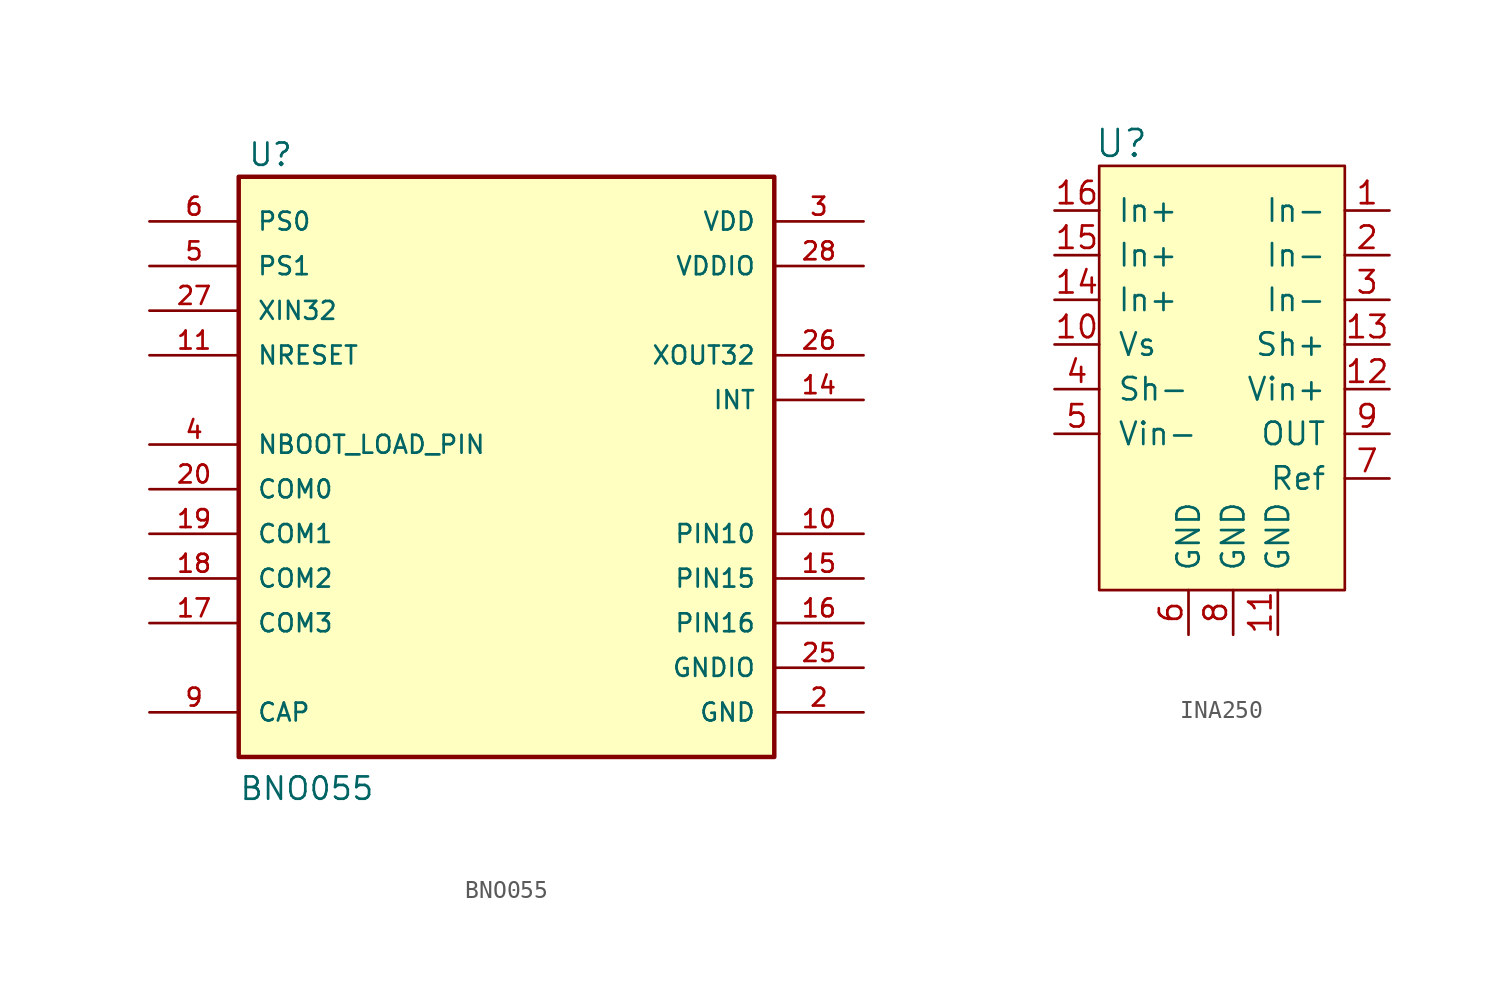
<source format=kicad_sym>
(kicad_symbol_lib
  (version 20231120)
  (generator "kicad_symbol_editor")
  (generator_version "8.0")
  (symbol "BNO055"
    (pin_names
      (offset 1.016))
    (property "Reference" "U"
      (at -14.74 15.756 0)
      (effects (font (size 1.27 1.27)) (justify left bottom)))
    (property "Value" "BNO055"
      (at -15.24 -20.32 0)
      (effects (font (size 1.27 1.27)) (justify left bottom)))
    (symbol "BNO055_0_0"
      (rectangle (start -15.24 -17.78) (end 15.24 15.24) (stroke (width 0.254) (type default)) (fill (type background)))
      (pin power_in line (at 20.32 -5.08 180) (length 5.08) (name "PIN10" (effects (font (size 1.016 1.016)))) (number "10" (effects (font (size 1.016 1.016)))))
      (pin input line (at -20.32 5.08 0) (length 5.08) (name "NRESET" (effects (font (size 1.016 1.016)))) (number "11" (effects (font (size 1.016 1.016)))))
      (pin output line (at 20.32 2.54 180) (length 5.08) (name "INT" (effects (font (size 1.016 1.016)))) (number "14" (effects (font (size 1.016 1.016)))))
      (pin power_in line (at 20.32 -7.62 180) (length 5.08) (name "PIN15" (effects (font (size 1.016 1.016)))) (number "15" (effects (font (size 1.016 1.016)))))
      (pin power_in line (at 20.32 -10.16 180) (length 5.08) (name "PIN16" (effects (font (size 1.016 1.016)))) (number "16" (effects (font (size 1.016 1.016)))))
      (pin bidirectional line (at -20.32 -10.16 0) (length 5.08) (name "COM3" (effects (font (size 1.016 1.016)))) (number "17" (effects (font (size 1.016 1.016)))))
      (pin bidirectional line (at -20.32 -7.62 0) (length 5.08) (name "COM2" (effects (font (size 1.016 1.016)))) (number "18" (effects (font (size 1.016 1.016)))))
      (pin bidirectional line (at -20.32 -5.08 0) (length 5.08) (name "COM1" (effects (font (size 1.016 1.016)))) (number "19" (effects (font (size 1.016 1.016)))))
      (pin power_in line (at 20.32 -15.24 180) (length 5.08) (name "GND" (effects (font (size 1.016 1.016)))) (number "2" (effects (font (size 1.016 1.016)))))
      (pin bidirectional line (at -20.32 -2.54 0) (length 5.08) (name "COM0" (effects (font (size 1.016 1.016)))) (number "20" (effects (font (size 1.016 1.016)))))
      (pin power_in line (at 20.32 -12.7 180) (length 5.08) (name "GNDIO" (effects (font (size 1.016 1.016)))) (number "25" (effects (font (size 1.016 1.016)))))
      (pin output line (at 20.32 5.08 180) (length 5.08) (name "XOUT32" (effects (font (size 1.016 1.016)))) (number "26" (effects (font (size 1.016 1.016)))))
      (pin input line (at -20.32 7.62 0) (length 5.08) (name "XIN32" (effects (font (size 1.016 1.016)))) (number "27" (effects (font (size 1.016 1.016)))))
      (pin power_in line (at 20.32 10.16 180) (length 5.08) (name "VDDIO" (effects (font (size 1.016 1.016)))) (number "28" (effects (font (size 1.016 1.016)))))
      (pin power_in line (at 20.32 12.7 180) (length 5.08) (name "VDD" (effects (font (size 1.016 1.016)))) (number "3" (effects (font (size 1.016 1.016)))))
      (pin bidirectional line (at -20.32 0 0) (length 5.08) (name "NBOOT_LOAD_PIN" (effects (font (size 1.016 1.016)))) (number "4" (effects (font (size 1.016 1.016)))))
      (pin input line (at -20.32 10.16 0) (length 5.08) (name "PS1" (effects (font (size 1.016 1.016)))) (number "5" (effects (font (size 1.016 1.016)))))
      (pin input line (at -20.32 12.7 0) (length 5.08) (name "PS0" (effects (font (size 1.016 1.016)))) (number "6" (effects (font (size 1.016 1.016)))))
      (pin passive line (at -20.32 -15.24 0) (length 5.08) (name "CAP" (effects (font (size 1.016 1.016)))) (number "9" (effects (font (size 1.016 1.016)))))))
  (symbol "INA250"
    (pin_names
      (offset 1.016))
    (property "Reference" "U"
      (at -6.35 25.4 0)
      (effects (font (size 1.524 1.524))))
    (symbol "INA250_0_1"
      (rectangle (start -7.62 24.13) (end 6.35 0) (stroke (width 0) (type default)) (fill (type background))))
    (symbol "INA250_1_1"
      (pin input line (at 8.89 21.59 180) (length 2.54) (name "In-" (effects (font (size 1.27 1.27)))) (number "1" (effects (font (size 1.27 1.27)))))
      (pin input line (at -10.16 13.97 0) (length 2.54) (name "Vs" (effects (font (size 1.27 1.27)))) (number "10" (effects (font (size 1.27 1.27)))))
      (pin output line (at 2.54 -2.54 90) (length 2.54) (name "GND" (effects (font (size 1.27 1.27)))) (number "11" (effects (font (size 1.27 1.27)))))
      (pin input line (at 8.89 11.43 180) (length 2.54) (name "Vin+" (effects (font (size 1.27 1.27)))) (number "12" (effects (font (size 1.27 1.27)))))
      (pin input line (at 8.89 13.97 180) (length 2.54) (name "Sh+" (effects (font (size 1.27 1.27)))) (number "13" (effects (font (size 1.27 1.27)))))
      (pin input line (at -10.16 16.51 0) (length 2.54) (name "In+" (effects (font (size 1.27 1.27)))) (number "14" (effects (font (size 1.27 1.27)))))
      (pin input line (at -10.16 19.05 0) (length 2.54) (name "In+" (effects (font (size 1.27 1.27)))) (number "15" (effects (font (size 1.27 1.27)))))
      (pin input line (at -10.16 21.59 0) (length 2.54) (name "In+" (effects (font (size 1.27 1.27)))) (number "16" (effects (font (size 1.27 1.27)))))
      (pin input line (at 8.89 19.05 180) (length 2.54) (name "In-" (effects (font (size 1.27 1.27)))) (number "2" (effects (font (size 1.27 1.27)))))
      (pin input line (at 8.89 16.51 180) (length 2.54) (name "In-" (effects (font (size 1.27 1.27)))) (number "3" (effects (font (size 1.27 1.27)))))
      (pin input line (at -10.16 11.43 0) (length 2.54) (name "Sh-" (effects (font (size 1.27 1.27)))) (number "4" (effects (font (size 1.27 1.27)))))
      (pin input line (at -10.16 8.89 0) (length 2.54) (name "Vin-" (effects (font (size 1.27 1.27)))) (number "5" (effects (font (size 1.27 1.27)))))
      (pin output line (at -2.54 -2.54 90) (length 2.54) (name "GND" (effects (font (size 1.27 1.27)))) (number "6" (effects (font (size 1.27 1.27)))))
      (pin input line (at 8.89 6.35 180) (length 2.54) (name "Ref" (effects (font (size 1.27 1.27)))) (number "7" (effects (font (size 1.27 1.27)))))
      (pin output line (at 0 -2.54 90) (length 2.54) (name "GND" (effects (font (size 1.27 1.27)))) (number "8" (effects (font (size 1.27 1.27)))))
      (pin output line (at 8.89 8.89 180) (length 2.54) (name "OUT" (effects (font (size 1.27 1.27)))) (number "9" (effects (font (size 1.27 1.27))))))))
</source>
